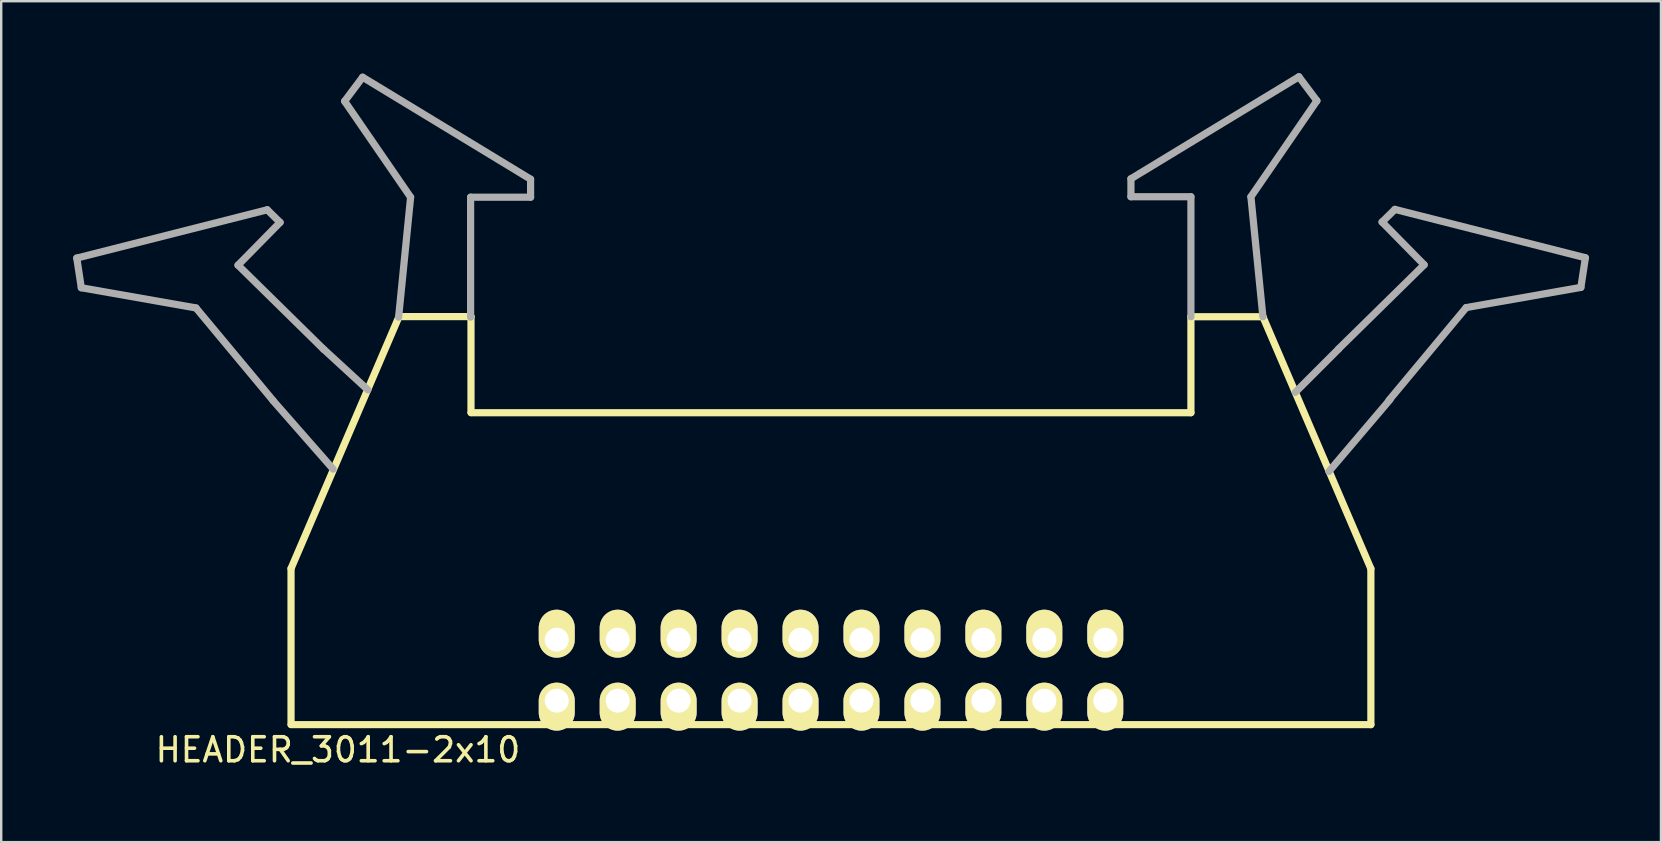
<source format=kicad_pcb>
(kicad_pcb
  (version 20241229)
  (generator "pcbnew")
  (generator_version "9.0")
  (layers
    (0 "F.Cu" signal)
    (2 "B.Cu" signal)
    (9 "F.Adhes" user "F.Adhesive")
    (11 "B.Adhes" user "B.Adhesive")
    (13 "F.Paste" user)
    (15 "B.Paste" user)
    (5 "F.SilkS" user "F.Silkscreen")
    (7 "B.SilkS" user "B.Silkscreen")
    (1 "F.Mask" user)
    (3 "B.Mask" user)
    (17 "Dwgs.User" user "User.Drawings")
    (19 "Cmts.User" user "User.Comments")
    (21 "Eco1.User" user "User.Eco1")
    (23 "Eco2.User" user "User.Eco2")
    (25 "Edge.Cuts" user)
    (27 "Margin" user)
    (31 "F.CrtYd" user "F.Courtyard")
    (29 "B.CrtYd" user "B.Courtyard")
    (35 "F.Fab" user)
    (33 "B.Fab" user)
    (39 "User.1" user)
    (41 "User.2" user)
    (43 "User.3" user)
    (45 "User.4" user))
  (footprint "HEADER_3011-2x10"
    (layer "F.Cu")
    (at 31.583 26.15)
    (property "Reference" "HEADER_3011-2x10" (at -20.55 2.05 0) (layer "F.SilkS") (effects (font (size 1 1) (thickness 0.15))))
    (attr through_hole)
    (fp_line (start -22.504 -5.506) (end -18.004 -16.006) (stroke (width 0.3) (type solid)) (layer "F.SilkS"))
    (fp_line (start -22.504 0.994) (end -22.504 -5.506) (stroke (width 0.3) (type solid)) (layer "F.SilkS"))
    (fp_line (start -22.5 1) (end 22.5 1) (stroke (width 0.3) (type solid)) (layer "F.SilkS"))
    (fp_line (start -18.004 -16.006) (end -15.004 -16.006) (stroke (width 0.3) (type solid)) (layer "F.SilkS"))
    (fp_line (start -15.004 -16.006) (end -15.004 -12.006) (stroke (width 0.3) (type solid)) (layer "F.SilkS"))
    (fp_line (start 15 -16) (end 15 -12) (stroke (width 0.3) (type solid)) (layer "F.SilkS"))
    (fp_line (start 15 -12) (end -15 -12) (stroke (width 0.3) (type solid)) (layer "F.SilkS"))
    (fp_line (start 18 -16) (end 15 -16) (stroke (width 0.3) (type solid)) (layer "F.SilkS"))
    (fp_line (start 22.5 -5.5) (end 18 -16) (stroke (width 0.3) (type solid)) (layer "F.SilkS"))
    (fp_line (start 22.5 1) (end 22.5 -5.5) (stroke (width 0.3) (type solid)) (layer "F.SilkS"))
    (fp_line (start -31.433 -18.444) (end -31.245 -17.208) (stroke (width 0.3) (type solid)) (layer "F.Fab"))
    (fp_line (start -31.245 -17.208) (end -26.465 -16.366) (stroke (width 0.3) (type solid)) (layer "F.Fab"))
    (fp_line (start -26.465 -16.366) (end -23.249 -12.504) (stroke (width 0.3) (type solid)) (layer "F.Fab"))
    (fp_line (start -24.713 -18.149) (end -22.96 -19.932) (stroke (width 0.3) (type solid)) (layer "F.Fab"))
    (fp_line (start -23.495 -20.457) (end -31.433 -18.444) (stroke (width 0.3) (type solid)) (layer "F.Fab"))
    (fp_line (start -23.25 -12.5) (end -20.75 -9.65) (stroke (width 0.3) (type solid)) (layer "F.Fab"))
    (fp_line (start -22.96 -19.932) (end -23.495 -20.457) (stroke (width 0.3) (type solid)) (layer "F.Fab"))
    (fp_line (start -21.15 -14.65) (end -19.3 -12.95) (stroke (width 0.3) (type solid)) (layer "F.Fab"))
    (fp_line (start -21.146 -14.644) (end -24.713 -18.149) (stroke (width 0.3) (type solid)) (layer "F.Fab"))
    (fp_line (start -20.27 -24.982) (end -17.52 -20.982) (stroke (width 0.3) (type solid)) (layer "F.Fab"))
    (fp_line (start -19.52 -25.982) (end -20.27 -24.982) (stroke (width 0.3) (type solid)) (layer "F.Fab"))
    (fp_line (start -17.52 -20.982) (end -18.02 -15.982) (stroke (width 0.3) (type solid)) (layer "F.Fab"))
    (fp_line (start -15.02 -20.982) (end -12.52 -20.982) (stroke (width 0.3) (type solid)) (layer "F.Fab"))
    (fp_line (start -15.02 -15.982) (end -15.02 -20.982) (stroke (width 0.3) (type solid)) (layer "F.Fab"))
    (fp_line (start -12.52 -21.732) (end -19.52 -25.982) (stroke (width 0.3) (type solid)) (layer "F.Fab"))
    (fp_line (start -12.52 -20.982) (end -12.52 -21.732) (stroke (width 0.3) (type solid)) (layer "F.Fab"))
    (fp_line (start 12.5 -21.75) (end 19.5 -26) (stroke (width 0.3) (type solid)) (layer "F.Fab"))
    (fp_line (start 12.5 -21) (end 12.5 -21.75) (stroke (width 0.3) (type solid)) (layer "F.Fab"))
    (fp_line (start 15 -21) (end 12.5 -21) (stroke (width 0.3) (type solid)) (layer "F.Fab"))
    (fp_line (start 15 -16) (end 15 -21) (stroke (width 0.3) (type solid)) (layer "F.Fab"))
    (fp_line (start 17.5 -21) (end 18 -16) (stroke (width 0.3) (type solid)) (layer "F.Fab"))
    (fp_line (start 19.5 -26) (end 20.25 -25) (stroke (width 0.3) (type solid)) (layer "F.Fab"))
    (fp_line (start 20.25 -25) (end 17.5 -21) (stroke (width 0.3) (type solid)) (layer "F.Fab"))
    (fp_line (start 21.15 -14.65) (end 19.35 -12.85) (stroke (width 0.3) (type solid)) (layer "F.Fab"))
    (fp_line (start 21.153 -14.659) (end 24.72 -18.164) (stroke (width 0.3) (type solid)) (layer "F.Fab"))
    (fp_line (start 22.967 -19.947) (end 23.502 -20.473) (stroke (width 0.3) (type solid)) (layer "F.Fab"))
    (fp_line (start 23.3 -12.55) (end 20.75 -9.55) (stroke (width 0.3) (type solid)) (layer "F.Fab"))
    (fp_line (start 23.502 -20.473) (end 31.44 -18.459) (stroke (width 0.3) (type solid)) (layer "F.Fab"))
    (fp_line (start 24.72 -18.164) (end 22.967 -19.947) (stroke (width 0.3) (type solid)) (layer "F.Fab"))
    (fp_line (start 26.472 -16.381) (end 23.256 -12.52) (stroke (width 0.3) (type solid)) (layer "F.Fab"))
    (fp_line (start 31.252 -17.223) (end 26.472 -16.381) (stroke (width 0.3) (type solid)) (layer "F.Fab"))
    (fp_line (start 31.44 -18.459) (end 31.252 -17.223) (stroke (width 0.3) (type solid)) (layer "F.Fab"))
    (pad "1" thru_hole oval (at -11.43 0) (size 1.5 2) (drill 1 (offset 0 0.25)) (layers "*.Cu" "*.Mask" "F.SilkS"))
    (pad "2" thru_hole oval (at -11.43 -2.54 180) (size 1.5 2) (drill 1 (offset 0 0.25)) (layers "*.Cu" "*.Mask" "F.SilkS"))
    (pad "3" thru_hole oval (at -8.89 0) (size 1.5 2) (drill 1 (offset 0 0.25)) (layers "*.Cu" "*.Mask" "F.SilkS"))
    (pad "4" thru_hole oval (at -8.89 -2.54 180) (size 1.5 2) (drill 1 (offset 0 0.25)) (layers "*.Cu" "*.Mask" "F.SilkS"))
    (pad "5" thru_hole oval (at -6.35 0) (size 1.5 2) (drill 1 (offset 0 0.25)) (layers "*.Cu" "*.Mask" "F.SilkS"))
    (pad "6" thru_hole oval (at -6.35 -2.54 180) (size 1.5 2) (drill 1 (offset 0 0.25)) (layers "*.Cu" "*.Mask" "F.SilkS"))
    (pad "7" thru_hole oval (at -3.81 0) (size 1.5 2) (drill 1 (offset 0 0.25)) (layers "*.Cu" "*.Mask" "F.SilkS"))
    (pad "8" thru_hole oval (at -3.81 -2.54 180) (size 1.5 2) (drill 1 (offset 0 0.25)) (layers "*.Cu" "*.Mask" "F.SilkS"))
    (pad "9" thru_hole oval (at -1.27 0) (size 1.5 2) (drill 1 (offset 0 0.25)) (layers "*.Cu" "*.Mask" "F.SilkS"))
    (pad "10" thru_hole oval (at -1.27 -2.54 180) (size 1.5 2) (drill 1 (offset 0 0.25)) (layers "*.Cu" "*.Mask" "F.SilkS"))
    (pad "11" thru_hole oval (at 1.27 0) (size 1.5 2) (drill 1 (offset 0 0.25)) (layers "*.Cu" "*.Mask" "F.SilkS"))
    (pad "12" thru_hole oval (at 1.27 -2.54 180) (size 1.5 2) (drill 1 (offset 0 0.25)) (layers "*.Cu" "*.Mask" "F.SilkS"))
    (pad "13" thru_hole oval (at 3.81 0) (size 1.5 2) (drill 1 (offset 0 0.25)) (layers "*.Cu" "*.Mask" "F.SilkS"))
    (pad "14" thru_hole oval (at 3.81 -2.54 180) (size 1.5 2) (drill 1 (offset 0 0.25)) (layers "*.Cu" "*.Mask" "F.SilkS"))
    (pad "15" thru_hole oval (at 6.35 0) (size 1.5 2) (drill 1 (offset 0 0.25)) (layers "*.Cu" "*.Mask" "F.SilkS"))
    (pad "16" thru_hole oval (at 6.35 -2.54 180) (size 1.5 2) (drill 1 (offset 0 0.25)) (layers "*.Cu" "*.Mask" "F.SilkS"))
    (pad "17" thru_hole oval (at 8.89 0) (size 1.5 2) (drill 1 (offset 0 0.25)) (layers "*.Cu" "*.Mask" "F.SilkS"))
    (pad "18" thru_hole oval (at 8.89 -2.54 180) (size 1.5 2) (drill 1 (offset 0 0.25)) (layers "*.Cu" "*.Mask" "F.SilkS"))
    (pad "19" thru_hole oval (at 11.43 0) (size 1.5 2) (drill 1 (offset 0 0.25)) (layers "*.Cu" "*.Mask" "F.SilkS"))
    (pad "20" thru_hole oval (at 11.43 -2.54 180) (size 1.5 2) (drill 1 (offset 0 0.25)) (layers "*.Cu" "*.Mask" "F.SilkS")))
  (gr_rect
    (start -3 -3)
    (end 66.173 32.048)
    (stroke (width 0.1) (type default))
    (fill no)
    (layer "Edge.Cuts")))
</source>
